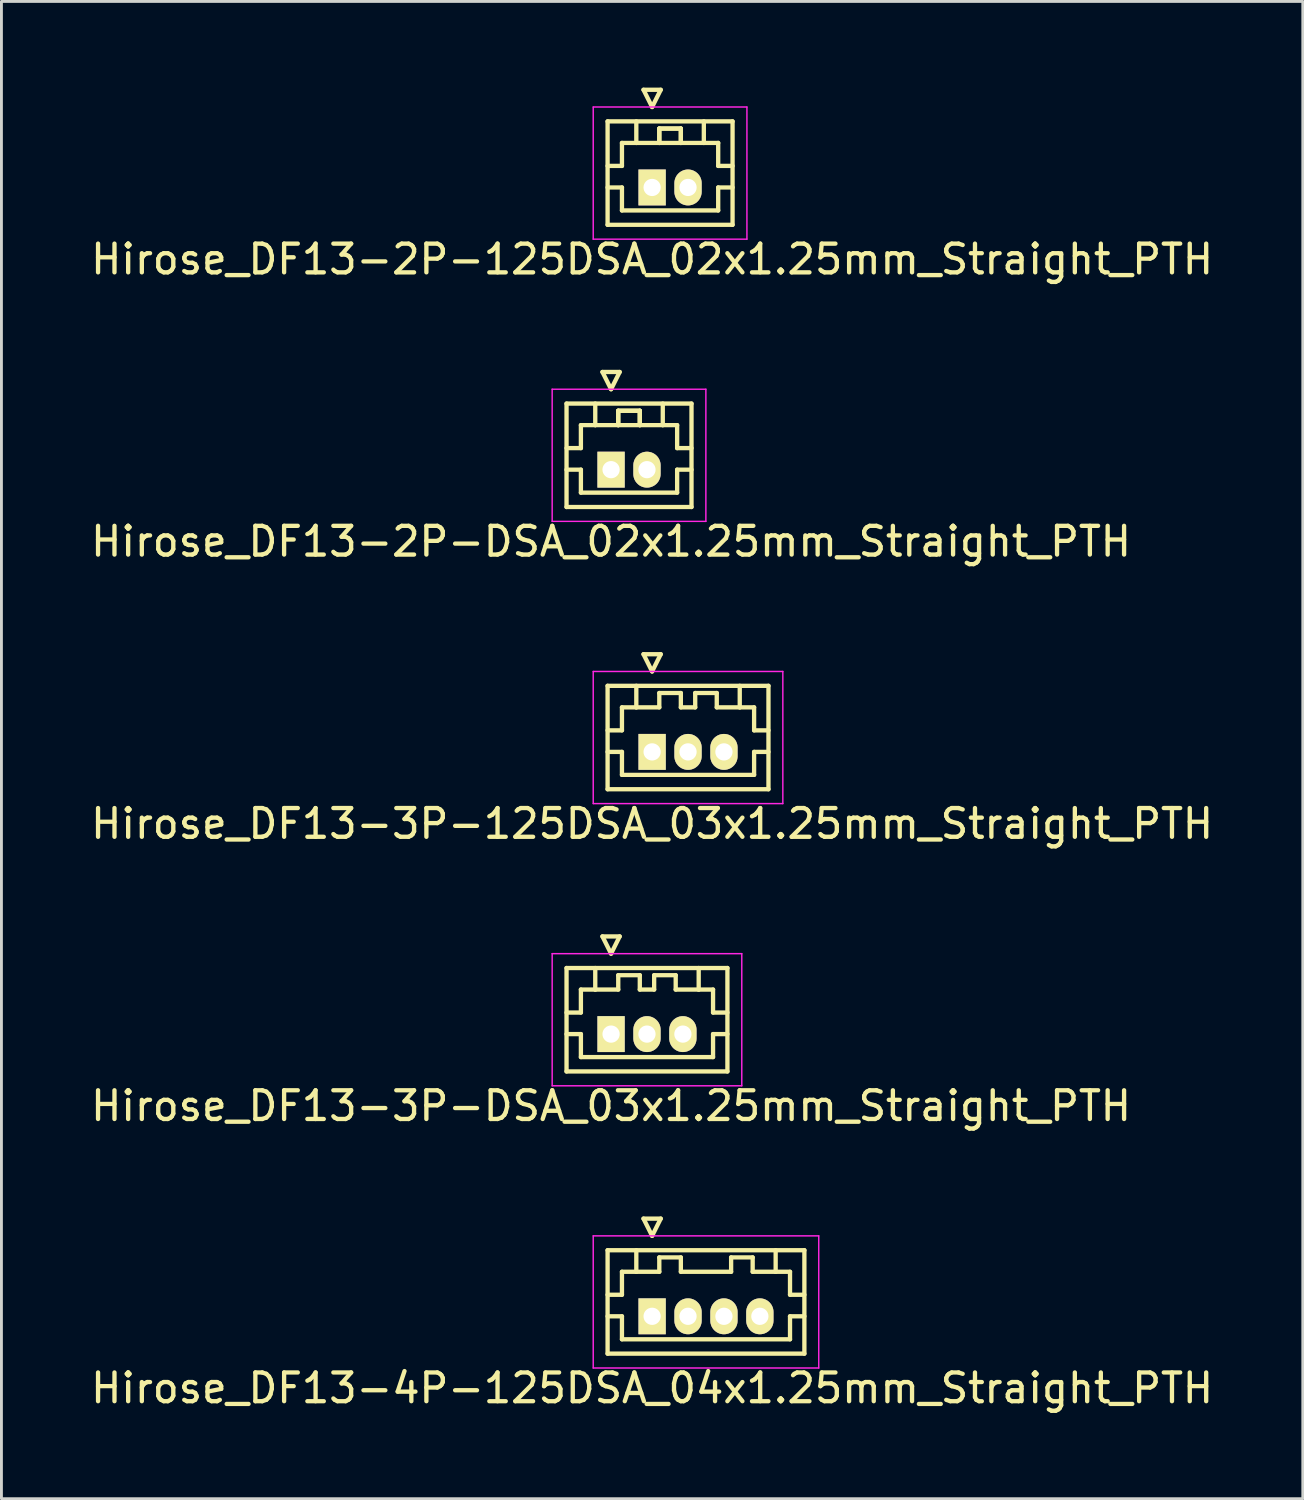
<source format=kicad_pcb>
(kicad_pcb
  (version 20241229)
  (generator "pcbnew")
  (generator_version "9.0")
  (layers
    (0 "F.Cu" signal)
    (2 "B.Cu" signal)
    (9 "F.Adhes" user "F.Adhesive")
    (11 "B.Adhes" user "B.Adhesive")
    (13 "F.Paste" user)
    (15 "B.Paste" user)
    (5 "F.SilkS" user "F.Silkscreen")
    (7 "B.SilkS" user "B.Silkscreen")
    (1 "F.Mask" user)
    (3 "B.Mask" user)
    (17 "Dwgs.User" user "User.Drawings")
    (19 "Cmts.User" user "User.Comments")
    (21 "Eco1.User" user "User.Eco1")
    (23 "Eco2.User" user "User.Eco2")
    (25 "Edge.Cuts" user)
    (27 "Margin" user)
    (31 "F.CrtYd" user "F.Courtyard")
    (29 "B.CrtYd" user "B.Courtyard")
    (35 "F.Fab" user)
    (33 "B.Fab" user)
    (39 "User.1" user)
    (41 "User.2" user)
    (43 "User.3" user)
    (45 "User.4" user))
  (footprint "Hirose_DF13-2P-DSA_02x1.25mm_Straight_PTH"
    (layer "F.Cu")
    (at 18.22 13.298)
    (property "Reference" "Hirose_DF13-2P-DSA_02x1.25mm_Straight_PTH" (at 0 2.5 0) (layer "F.SilkS") (effects (font (size 1 1) (thickness 0.15))))
    (attr through_hole)
    (fp_line (start -1.55 -2.3) (end -1.55 1.3) (stroke (width 0.15) (type solid)) (layer "F.SilkS"))
    (fp_line (start -1.55 -0.75) (end -1.05 -0.75) (stroke (width 0.15) (type solid)) (layer "F.SilkS"))
    (fp_line (start -1.55 0) (end -1.05 0) (stroke (width 0.15) (type solid)) (layer "F.SilkS"))
    (fp_line (start -1.55 1.3) (end 2.8 1.3) (stroke (width 0.15) (type solid)) (layer "F.SilkS"))
    (fp_line (start -1.05 -1.55) (end -0.55 -1.55) (stroke (width 0.15) (type solid)) (layer "F.SilkS"))
    (fp_line (start -1.05 -0.75) (end -1.05 -1.55) (stroke (width 0.15) (type solid)) (layer "F.SilkS"))
    (fp_line (start -1.05 0) (end -1.05 0.8) (stroke (width 0.15) (type solid)) (layer "F.SilkS"))
    (fp_line (start -1.05 0.8) (end 2.3 0.8) (stroke (width 0.15) (type solid)) (layer "F.SilkS"))
    (fp_line (start -0.55 -1.55) (end -0.55 -2.3) (stroke (width 0.15) (type solid)) (layer "F.SilkS"))
    (fp_line (start -0.55 -1.55) (end 0.25 -1.55) (stroke (width 0.15) (type solid)) (layer "F.SilkS"))
    (fp_line (start -0.3 -3.4) (end 0.3 -3.4) (stroke (width 0.15) (type solid)) (layer "F.SilkS"))
    (fp_line (start 0 -2.8) (end -0.3 -3.4) (stroke (width 0.15) (type solid)) (layer "F.SilkS"))
    (fp_line (start 0.25 -2.05) (end 1 -2.05) (stroke (width 0.15) (type solid)) (layer "F.SilkS"))
    (fp_line (start 0.25 -2.05) (end 1 -2.05) (stroke (width 0.15) (type solid)) (layer "F.SilkS"))
    (fp_line (start 0.25 -1.55) (end 0.25 -2.05) (stroke (width 0.15) (type solid)) (layer "F.SilkS"))
    (fp_line (start 0.25 -1.55) (end 0.25 -2.05) (stroke (width 0.15) (type solid)) (layer "F.SilkS"))
    (fp_line (start 0.3 -3.4) (end 0 -2.8) (stroke (width 0.15) (type solid)) (layer "F.SilkS"))
    (fp_line (start 1 -2.05) (end 1 -1.55) (stroke (width 0.15) (type solid)) (layer "F.SilkS"))
    (fp_line (start 1 -2.05) (end 1 -1.55) (stroke (width 0.15) (type solid)) (layer "F.SilkS"))
    (fp_line (start 1 -1.55) (end 0.25 -1.55) (stroke (width 0.15) (type solid)) (layer "F.SilkS"))
    (fp_line (start 1 -1.55) (end 1.8 -1.55) (stroke (width 0.15) (type solid)) (layer "F.SilkS"))
    (fp_line (start 1.8 -1.55) (end 1.8 -2.3) (stroke (width 0.15) (type solid)) (layer "F.SilkS"))
    (fp_line (start 2.3 -1.55) (end 1.8 -1.55) (stroke (width 0.15) (type solid)) (layer "F.SilkS"))
    (fp_line (start 2.3 -0.75) (end 2.3 -1.55) (stroke (width 0.15) (type solid)) (layer "F.SilkS"))
    (fp_line (start 2.3 0) (end 2.8 0) (stroke (width 0.15) (type solid)) (layer "F.SilkS"))
    (fp_line (start 2.3 0.8) (end 2.3 0) (stroke (width 0.15) (type solid)) (layer "F.SilkS"))
    (fp_line (start 2.8 -2.3) (end -1.55 -2.3) (stroke (width 0.15) (type solid)) (layer "F.SilkS"))
    (fp_line (start 2.8 -0.75) (end 2.3 -0.75) (stroke (width 0.15) (type solid)) (layer "F.SilkS"))
    (fp_line (start 2.8 1.3) (end 2.8 -2.3) (stroke (width 0.15) (type solid)) (layer "F.SilkS"))
    (fp_line (start -2.05 -2.8) (end -2.05 1.8) (stroke (width 0.05) (type solid)) (layer "F.CrtYd"))
    (fp_line (start -2.05 1.8) (end 3.3 1.8) (stroke (width 0.05) (type solid)) (layer "F.CrtYd"))
    (fp_line (start 3.3 -2.8) (end -2.05 -2.8) (stroke (width 0.05) (type solid)) (layer "F.CrtYd"))
    (fp_line (start 3.3 1.8) (end 3.3 -2.8) (stroke (width 0.05) (type solid)) (layer "F.CrtYd"))
    (pad "1" thru_hole rect (at 0 0) (size 0.95 1.25) (drill 0.6) (layers "*.Cu" "*.Mask" "F.SilkS"))
    (pad "2" thru_hole oval (at 1.25 0) (size 0.95 1.25) (drill 0.6) (layers "*.Cu" "*.Mask" "F.SilkS")))
  (footprint "Hirose_DF13-2P-125DSA_02x1.25mm_Straight_PTH"
    (layer "F.Cu")
    (at 19.649 3.475)
    (property "Reference" "Hirose_DF13-2P-125DSA_02x1.25mm_Straight_PTH" (at 0 2.5 0) (layer "F.SilkS") (effects (font (size 1 1) (thickness 0.15))))
    (attr through_hole)
    (fp_line (start -1.55 -2.3) (end -1.55 1.3) (stroke (width 0.15) (type solid)) (layer "F.SilkS"))
    (fp_line (start -1.55 -0.75) (end -1.05 -0.75) (stroke (width 0.15) (type solid)) (layer "F.SilkS"))
    (fp_line (start -1.55 0) (end -1.05 0) (stroke (width 0.15) (type solid)) (layer "F.SilkS"))
    (fp_line (start -1.55 1.3) (end 2.8 1.3) (stroke (width 0.15) (type solid)) (layer "F.SilkS"))
    (fp_line (start -1.05 -1.55) (end -0.55 -1.55) (stroke (width 0.15) (type solid)) (layer "F.SilkS"))
    (fp_line (start -1.05 -0.75) (end -1.05 -1.55) (stroke (width 0.15) (type solid)) (layer "F.SilkS"))
    (fp_line (start -1.05 0) (end -1.05 0.8) (stroke (width 0.15) (type solid)) (layer "F.SilkS"))
    (fp_line (start -1.05 0.8) (end 2.3 0.8) (stroke (width 0.15) (type solid)) (layer "F.SilkS"))
    (fp_line (start -0.55 -1.55) (end -0.55 -2.3) (stroke (width 0.15) (type solid)) (layer "F.SilkS"))
    (fp_line (start -0.55 -1.55) (end 0.25 -1.55) (stroke (width 0.15) (type solid)) (layer "F.SilkS"))
    (fp_line (start -0.3 -3.4) (end 0.3 -3.4) (stroke (width 0.15) (type solid)) (layer "F.SilkS"))
    (fp_line (start 0 -2.8) (end -0.3 -3.4) (stroke (width 0.15) (type solid)) (layer "F.SilkS"))
    (fp_line (start 0.25 -2.05) (end 1 -2.05) (stroke (width 0.15) (type solid)) (layer "F.SilkS"))
    (fp_line (start 0.25 -2.05) (end 1 -2.05) (stroke (width 0.15) (type solid)) (layer "F.SilkS"))
    (fp_line (start 0.25 -1.55) (end 0.25 -2.05) (stroke (width 0.15) (type solid)) (layer "F.SilkS"))
    (fp_line (start 0.25 -1.55) (end 0.25 -2.05) (stroke (width 0.15) (type solid)) (layer "F.SilkS"))
    (fp_line (start 0.3 -3.4) (end 0 -2.8) (stroke (width 0.15) (type solid)) (layer "F.SilkS"))
    (fp_line (start 1 -2.05) (end 1 -1.55) (stroke (width 0.15) (type solid)) (layer "F.SilkS"))
    (fp_line (start 1 -2.05) (end 1 -1.55) (stroke (width 0.15) (type solid)) (layer "F.SilkS"))
    (fp_line (start 1 -1.55) (end 0.25 -1.55) (stroke (width 0.15) (type solid)) (layer "F.SilkS"))
    (fp_line (start 1 -1.55) (end 1.8 -1.55) (stroke (width 0.15) (type solid)) (layer "F.SilkS"))
    (fp_line (start 1.8 -1.55) (end 1.8 -2.3) (stroke (width 0.15) (type solid)) (layer "F.SilkS"))
    (fp_line (start 2.3 -1.55) (end 1.8 -1.55) (stroke (width 0.15) (type solid)) (layer "F.SilkS"))
    (fp_line (start 2.3 -0.75) (end 2.3 -1.55) (stroke (width 0.15) (type solid)) (layer "F.SilkS"))
    (fp_line (start 2.3 0) (end 2.8 0) (stroke (width 0.15) (type solid)) (layer "F.SilkS"))
    (fp_line (start 2.3 0.8) (end 2.3 0) (stroke (width 0.15) (type solid)) (layer "F.SilkS"))
    (fp_line (start 2.8 -2.3) (end -1.55 -2.3) (stroke (width 0.15) (type solid)) (layer "F.SilkS"))
    (fp_line (start 2.8 -0.75) (end 2.3 -0.75) (stroke (width 0.15) (type solid)) (layer "F.SilkS"))
    (fp_line (start 2.8 1.3) (end 2.8 -2.3) (stroke (width 0.15) (type solid)) (layer "F.SilkS"))
    (fp_line (start -2.05 -2.8) (end -2.05 1.8) (stroke (width 0.05) (type solid)) (layer "F.CrtYd"))
    (fp_line (start -2.05 1.8) (end 3.3 1.8) (stroke (width 0.05) (type solid)) (layer "F.CrtYd"))
    (fp_line (start 3.3 -2.8) (end -2.05 -2.8) (stroke (width 0.05) (type solid)) (layer "F.CrtYd"))
    (fp_line (start 3.3 1.8) (end 3.3 -2.8) (stroke (width 0.05) (type solid)) (layer "F.CrtYd"))
    (pad "1" thru_hole rect (at 0 0) (size 0.95 1.25) (drill 0.6) (layers "*.Cu" "*.Mask" "F.SilkS"))
    (pad "2" thru_hole oval (at 1.25 0) (size 0.95 1.25) (drill 0.6) (layers "*.Cu" "*.Mask" "F.SilkS")))
  (footprint "Hirose_DF13-3P-125DSA_03x1.25mm_Straight_PTH"
    (layer "F.Cu")
    (at 19.649 23.122)
    (property "Reference" "Hirose_DF13-3P-125DSA_03x1.25mm_Straight_PTH" (at 0 2.5 0) (layer "F.SilkS") (effects (font (size 1 1) (thickness 0.15))))
    (attr through_hole)
    (fp_line (start -1.55 -2.3) (end -1.55 1.3) (stroke (width 0.15) (type solid)) (layer "F.SilkS"))
    (fp_line (start -1.55 -0.75) (end -1.05 -0.75) (stroke (width 0.15) (type solid)) (layer "F.SilkS"))
    (fp_line (start -1.55 0) (end -1.05 0) (stroke (width 0.15) (type solid)) (layer "F.SilkS"))
    (fp_line (start -1.55 1.3) (end 4.05 1.3) (stroke (width 0.15) (type solid)) (layer "F.SilkS"))
    (fp_line (start -1.05 -1.55) (end -0.55 -1.55) (stroke (width 0.15) (type solid)) (layer "F.SilkS"))
    (fp_line (start -1.05 -0.75) (end -1.05 -1.55) (stroke (width 0.15) (type solid)) (layer "F.SilkS"))
    (fp_line (start -1.05 0) (end -1.05 0.8) (stroke (width 0.15) (type solid)) (layer "F.SilkS"))
    (fp_line (start -1.05 0.8) (end 3.55 0.8) (stroke (width 0.15) (type solid)) (layer "F.SilkS"))
    (fp_line (start -0.55 -1.55) (end -0.55 -2.3) (stroke (width 0.15) (type solid)) (layer "F.SilkS"))
    (fp_line (start -0.55 -1.55) (end 0.25 -1.55) (stroke (width 0.15) (type solid)) (layer "F.SilkS"))
    (fp_line (start -0.3 -3.4) (end 0.3 -3.4) (stroke (width 0.15) (type solid)) (layer "F.SilkS"))
    (fp_line (start 0 -2.8) (end -0.3 -3.4) (stroke (width 0.15) (type solid)) (layer "F.SilkS"))
    (fp_line (start 0.25 -2.05) (end 1 -2.05) (stroke (width 0.15) (type solid)) (layer "F.SilkS"))
    (fp_line (start 0.25 -1.55) (end 0.25 -2.05) (stroke (width 0.15) (type solid)) (layer "F.SilkS"))
    (fp_line (start 0.3 -3.4) (end 0 -2.8) (stroke (width 0.15) (type solid)) (layer "F.SilkS"))
    (fp_line (start 1 -2.05) (end 1 -1.55) (stroke (width 0.15) (type solid)) (layer "F.SilkS"))
    (fp_line (start 1 -1.55) (end 1.5 -1.55) (stroke (width 0.15) (type solid)) (layer "F.SilkS"))
    (fp_line (start 1.5 -2.05) (end 2.25 -2.05) (stroke (width 0.15) (type solid)) (layer "F.SilkS"))
    (fp_line (start 1.5 -1.55) (end 1.5 -2.05) (stroke (width 0.15) (type solid)) (layer "F.SilkS"))
    (fp_line (start 2.25 -2.05) (end 2.25 -1.55) (stroke (width 0.15) (type solid)) (layer "F.SilkS"))
    (fp_line (start 2.25 -1.55) (end 3.05 -1.55) (stroke (width 0.15) (type solid)) (layer "F.SilkS"))
    (fp_line (start 3.05 -1.55) (end 3.05 -2.3) (stroke (width 0.15) (type solid)) (layer "F.SilkS"))
    (fp_line (start 3.55 -1.55) (end 3.05 -1.55) (stroke (width 0.15) (type solid)) (layer "F.SilkS"))
    (fp_line (start 3.55 -0.75) (end 3.55 -1.55) (stroke (width 0.15) (type solid)) (layer "F.SilkS"))
    (fp_line (start 3.55 0) (end 4.05 0) (stroke (width 0.15) (type solid)) (layer "F.SilkS"))
    (fp_line (start 3.55 0.8) (end 3.55 0) (stroke (width 0.15) (type solid)) (layer "F.SilkS"))
    (fp_line (start 4.05 -2.3) (end -1.55 -2.3) (stroke (width 0.15) (type solid)) (layer "F.SilkS"))
    (fp_line (start 4.05 -0.75) (end 3.55 -0.75) (stroke (width 0.15) (type solid)) (layer "F.SilkS"))
    (fp_line (start 4.05 1.3) (end 4.05 -2.3) (stroke (width 0.15) (type solid)) (layer "F.SilkS"))
    (fp_line (start -2.05 -2.8) (end -2.05 1.8) (stroke (width 0.05) (type solid)) (layer "F.CrtYd"))
    (fp_line (start -2.05 1.8) (end 4.55 1.8) (stroke (width 0.05) (type solid)) (layer "F.CrtYd"))
    (fp_line (start 4.55 -2.8) (end -2.05 -2.8) (stroke (width 0.05) (type solid)) (layer "F.CrtYd"))
    (fp_line (start 4.55 1.8) (end 4.55 -2.8) (stroke (width 0.05) (type solid)) (layer "F.CrtYd"))
    (pad "1" thru_hole rect (at 0 0) (size 0.95 1.25) (drill 0.6) (layers "*.Cu" "*.Mask" "F.SilkS"))
    (pad "2" thru_hole oval (at 1.25 0) (size 0.95 1.25) (drill 0.6) (layers "*.Cu" "*.Mask" "F.SilkS"))
    (pad "3" thru_hole oval (at 2.5 0) (size 0.95 1.25) (drill 0.6) (layers "*.Cu" "*.Mask" "F.SilkS")))
  (footprint "Hirose_DF13-4P-125DSA_04x1.25mm_Straight_PTH"
    (layer "F.Cu")
    (at 19.649 42.768)
    (property "Reference" "Hirose_DF13-4P-125DSA_04x1.25mm_Straight_PTH" (at 0 2.5 0) (layer "F.SilkS") (effects (font (size 1 1) (thickness 0.15))))
    (attr through_hole)
    (fp_line (start -1.55 -2.3) (end -1.55 1.3) (stroke (width 0.15) (type solid)) (layer "F.SilkS"))
    (fp_line (start -1.55 -0.75) (end -1.05 -0.75) (stroke (width 0.15) (type solid)) (layer "F.SilkS"))
    (fp_line (start -1.55 0) (end -1.05 0) (stroke (width 0.15) (type solid)) (layer "F.SilkS"))
    (fp_line (start -1.55 1.3) (end 5.3 1.3) (stroke (width 0.15) (type solid)) (layer "F.SilkS"))
    (fp_line (start -1.05 -1.55) (end -0.55 -1.55) (stroke (width 0.15) (type solid)) (layer "F.SilkS"))
    (fp_line (start -1.05 -0.75) (end -1.05 -1.55) (stroke (width 0.15) (type solid)) (layer "F.SilkS"))
    (fp_line (start -1.05 0) (end -1.05 0.8) (stroke (width 0.15) (type solid)) (layer "F.SilkS"))
    (fp_line (start -1.05 0.8) (end 4.8 0.8) (stroke (width 0.15) (type solid)) (layer "F.SilkS"))
    (fp_line (start -0.55 -1.55) (end -0.55 -2.3) (stroke (width 0.15) (type solid)) (layer "F.SilkS"))
    (fp_line (start -0.55 -1.55) (end 0.25 -1.55) (stroke (width 0.15) (type solid)) (layer "F.SilkS"))
    (fp_line (start -0.3 -3.4) (end 0.3 -3.4) (stroke (width 0.15) (type solid)) (layer "F.SilkS"))
    (fp_line (start 0 -2.8) (end -0.3 -3.4) (stroke (width 0.15) (type solid)) (layer "F.SilkS"))
    (fp_line (start 0.25 -2.05) (end 1 -2.05) (stroke (width 0.15) (type solid)) (layer "F.SilkS"))
    (fp_line (start 0.25 -1.55) (end 0.25 -2.05) (stroke (width 0.15) (type solid)) (layer "F.SilkS"))
    (fp_line (start 0.3 -3.4) (end 0 -2.8) (stroke (width 0.15) (type solid)) (layer "F.SilkS"))
    (fp_line (start 1 -2.05) (end 1 -1.55) (stroke (width 0.15) (type solid)) (layer "F.SilkS"))
    (fp_line (start 1 -1.55) (end 2.75 -1.55) (stroke (width 0.15) (type solid)) (layer "F.SilkS"))
    (fp_line (start 2.75 -2.05) (end 3.5 -2.05) (stroke (width 0.15) (type solid)) (layer "F.SilkS"))
    (fp_line (start 2.75 -1.55) (end 2.75 -2.05) (stroke (width 0.15) (type solid)) (layer "F.SilkS"))
    (fp_line (start 3.5 -2.05) (end 3.5 -1.55) (stroke (width 0.15) (type solid)) (layer "F.SilkS"))
    (fp_line (start 3.5 -1.55) (end 4.3 -1.55) (stroke (width 0.15) (type solid)) (layer "F.SilkS"))
    (fp_line (start 4.3 -1.55) (end 4.3 -2.3) (stroke (width 0.15) (type solid)) (layer "F.SilkS"))
    (fp_line (start 4.8 -1.55) (end 4.3 -1.55) (stroke (width 0.15) (type solid)) (layer "F.SilkS"))
    (fp_line (start 4.8 -0.75) (end 4.8 -1.55) (stroke (width 0.15) (type solid)) (layer "F.SilkS"))
    (fp_line (start 4.8 0) (end 5.3 0) (stroke (width 0.15) (type solid)) (layer "F.SilkS"))
    (fp_line (start 4.8 0.8) (end 4.8 0) (stroke (width 0.15) (type solid)) (layer "F.SilkS"))
    (fp_line (start 5.3 -2.3) (end -1.55 -2.3) (stroke (width 0.15) (type solid)) (layer "F.SilkS"))
    (fp_line (start 5.3 -0.75) (end 4.8 -0.75) (stroke (width 0.15) (type solid)) (layer "F.SilkS"))
    (fp_line (start 5.3 1.3) (end 5.3 -2.3) (stroke (width 0.15) (type solid)) (layer "F.SilkS"))
    (fp_line (start -2.05 -2.8) (end -2.05 1.8) (stroke (width 0.05) (type solid)) (layer "F.CrtYd"))
    (fp_line (start -2.05 1.8) (end 5.8 1.8) (stroke (width 0.05) (type solid)) (layer "F.CrtYd"))
    (fp_line (start 5.8 -2.8) (end -2.05 -2.8) (stroke (width 0.05) (type solid)) (layer "F.CrtYd"))
    (fp_line (start 5.8 1.8) (end 5.8 -2.8) (stroke (width 0.05) (type solid)) (layer "F.CrtYd"))
    (pad "1" thru_hole rect (at 0 0) (size 0.95 1.25) (drill 0.6) (layers "*.Cu" "*.Mask" "F.SilkS"))
    (pad "2" thru_hole oval (at 1.25 0) (size 0.95 1.25) (drill 0.6) (layers "*.Cu" "*.Mask" "F.SilkS"))
    (pad "3" thru_hole oval (at 2.5 0) (size 0.95 1.25) (drill 0.6) (layers "*.Cu" "*.Mask" "F.SilkS"))
    (pad "4" thru_hole oval (at 3.75 0) (size 0.95 1.25) (drill 0.6) (layers "*.Cu" "*.Mask" "F.SilkS")))
  (footprint "Hirose_DF13-3P-DSA_03x1.25mm_Straight_PTH"
    (layer "F.Cu")
    (at 18.22 32.945)
    (property "Reference" "Hirose_DF13-3P-DSA_03x1.25mm_Straight_PTH" (at 0 2.5 0) (layer "F.SilkS") (effects (font (size 1 1) (thickness 0.15))))
    (attr through_hole)
    (fp_line (start -1.55 -2.3) (end -1.55 1.3) (stroke (width 0.15) (type solid)) (layer "F.SilkS"))
    (fp_line (start -1.55 -0.75) (end -1.05 -0.75) (stroke (width 0.15) (type solid)) (layer "F.SilkS"))
    (fp_line (start -1.55 0) (end -1.05 0) (stroke (width 0.15) (type solid)) (layer "F.SilkS"))
    (fp_line (start -1.55 1.3) (end 4.05 1.3) (stroke (width 0.15) (type solid)) (layer "F.SilkS"))
    (fp_line (start -1.05 -1.55) (end -0.55 -1.55) (stroke (width 0.15) (type solid)) (layer "F.SilkS"))
    (fp_line (start -1.05 -0.75) (end -1.05 -1.55) (stroke (width 0.15) (type solid)) (layer "F.SilkS"))
    (fp_line (start -1.05 0) (end -1.05 0.8) (stroke (width 0.15) (type solid)) (layer "F.SilkS"))
    (fp_line (start -1.05 0.8) (end 3.55 0.8) (stroke (width 0.15) (type solid)) (layer "F.SilkS"))
    (fp_line (start -0.55 -1.55) (end -0.55 -2.3) (stroke (width 0.15) (type solid)) (layer "F.SilkS"))
    (fp_line (start -0.55 -1.55) (end 0.25 -1.55) (stroke (width 0.15) (type solid)) (layer "F.SilkS"))
    (fp_line (start -0.3 -3.4) (end 0.3 -3.4) (stroke (width 0.15) (type solid)) (layer "F.SilkS"))
    (fp_line (start 0 -2.8) (end -0.3 -3.4) (stroke (width 0.15) (type solid)) (layer "F.SilkS"))
    (fp_line (start 0.25 -2.05) (end 1 -2.05) (stroke (width 0.15) (type solid)) (layer "F.SilkS"))
    (fp_line (start 0.25 -1.55) (end 0.25 -2.05) (stroke (width 0.15) (type solid)) (layer "F.SilkS"))
    (fp_line (start 0.3 -3.4) (end 0 -2.8) (stroke (width 0.15) (type solid)) (layer "F.SilkS"))
    (fp_line (start 1 -2.05) (end 1 -1.55) (stroke (width 0.15) (type solid)) (layer "F.SilkS"))
    (fp_line (start 1 -1.55) (end 1.5 -1.55) (stroke (width 0.15) (type solid)) (layer "F.SilkS"))
    (fp_line (start 1.5 -2.05) (end 2.25 -2.05) (stroke (width 0.15) (type solid)) (layer "F.SilkS"))
    (fp_line (start 1.5 -1.55) (end 1.5 -2.05) (stroke (width 0.15) (type solid)) (layer "F.SilkS"))
    (fp_line (start 2.25 -2.05) (end 2.25 -1.55) (stroke (width 0.15) (type solid)) (layer "F.SilkS"))
    (fp_line (start 2.25 -1.55) (end 3.05 -1.55) (stroke (width 0.15) (type solid)) (layer "F.SilkS"))
    (fp_line (start 3.05 -1.55) (end 3.05 -2.3) (stroke (width 0.15) (type solid)) (layer "F.SilkS"))
    (fp_line (start 3.55 -1.55) (end 3.05 -1.55) (stroke (width 0.15) (type solid)) (layer "F.SilkS"))
    (fp_line (start 3.55 -0.75) (end 3.55 -1.55) (stroke (width 0.15) (type solid)) (layer "F.SilkS"))
    (fp_line (start 3.55 0) (end 4.05 0) (stroke (width 0.15) (type solid)) (layer "F.SilkS"))
    (fp_line (start 3.55 0.8) (end 3.55 0) (stroke (width 0.15) (type solid)) (layer "F.SilkS"))
    (fp_line (start 4.05 -2.3) (end -1.55 -2.3) (stroke (width 0.15) (type solid)) (layer "F.SilkS"))
    (fp_line (start 4.05 -0.75) (end 3.55 -0.75) (stroke (width 0.15) (type solid)) (layer "F.SilkS"))
    (fp_line (start 4.05 1.3) (end 4.05 -2.3) (stroke (width 0.15) (type solid)) (layer "F.SilkS"))
    (fp_line (start -2.05 -2.8) (end -2.05 1.8) (stroke (width 0.05) (type solid)) (layer "F.CrtYd"))
    (fp_line (start -2.05 1.8) (end 4.55 1.8) (stroke (width 0.05) (type solid)) (layer "F.CrtYd"))
    (fp_line (start 4.55 -2.8) (end -2.05 -2.8) (stroke (width 0.05) (type solid)) (layer "F.CrtYd"))
    (fp_line (start 4.55 1.8) (end 4.55 -2.8) (stroke (width 0.05) (type solid)) (layer "F.CrtYd"))
    (pad "1" thru_hole rect (at 0 0) (size 0.95 1.25) (drill 0.6) (layers "*.Cu" "*.Mask" "F.SilkS"))
    (pad "2" thru_hole oval (at 1.25 0) (size 0.95 1.25) (drill 0.6) (layers "*.Cu" "*.Mask" "F.SilkS"))
    (pad "3" thru_hole oval (at 2.5 0) (size 0.95 1.25) (drill 0.6) (layers "*.Cu" "*.Mask" "F.SilkS")))
  (gr_rect
    (start -3 -3)
    (end 42.298 49.116)
    (stroke (width 0.1) (type default))
    (fill no)
    (layer "Edge.Cuts")))
</source>
